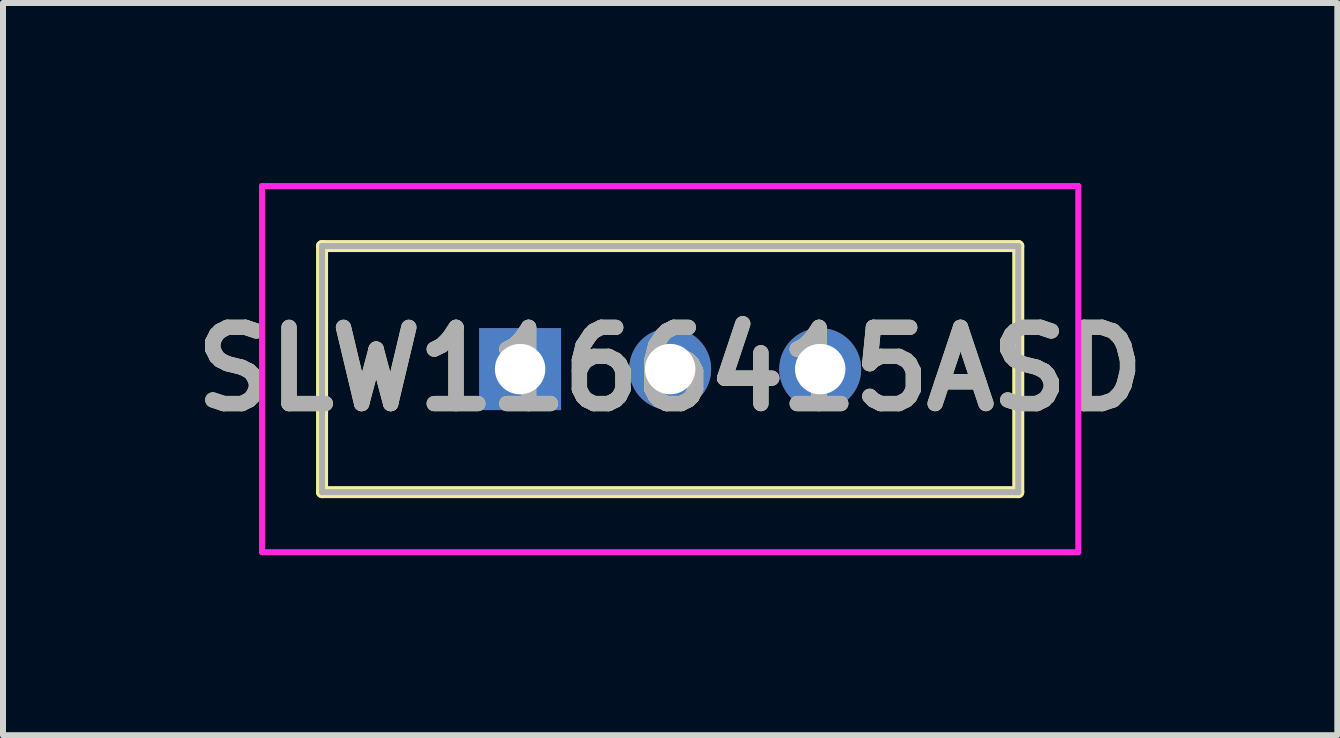
<source format=kicad_pcb>
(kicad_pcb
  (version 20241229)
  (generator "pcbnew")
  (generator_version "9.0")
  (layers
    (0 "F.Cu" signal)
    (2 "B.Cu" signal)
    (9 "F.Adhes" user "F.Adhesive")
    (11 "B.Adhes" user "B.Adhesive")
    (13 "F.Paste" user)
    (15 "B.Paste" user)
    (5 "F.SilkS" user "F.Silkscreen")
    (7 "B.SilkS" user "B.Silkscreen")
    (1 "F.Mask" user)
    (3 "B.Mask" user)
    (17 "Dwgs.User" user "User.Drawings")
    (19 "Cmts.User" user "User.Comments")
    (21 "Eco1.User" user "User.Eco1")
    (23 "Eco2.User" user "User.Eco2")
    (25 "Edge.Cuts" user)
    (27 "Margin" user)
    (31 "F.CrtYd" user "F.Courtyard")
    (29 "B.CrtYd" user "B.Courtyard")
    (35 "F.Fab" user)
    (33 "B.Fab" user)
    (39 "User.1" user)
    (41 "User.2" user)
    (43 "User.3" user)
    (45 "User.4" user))
  (footprint "SLW1166415ASD"
    (layer "F.Cu")
    (at 5.616 3.1)
    (property "Reference" "SLW1166415ASD" (at 2.5 0 0) (layer "F.SilkS") (effects (font (size 1.27 1.27) (thickness 0.254))))
    (attr through_hole)
    (fp_line (start -3.9 0) (end -3.9 0) (stroke (width 0.1) (type solid)) (layer "F.SilkS"))
    (fp_line (start -3.8 0) (end -3.8 0) (stroke (width 0.1) (type solid)) (layer "F.SilkS"))
    (fp_line (start -3.3 -2.05) (end 8.3 -2.05) (stroke (width 0.2) (type solid)) (layer "F.SilkS"))
    (fp_line (start -3.3 2.05) (end -3.3 -2.05) (stroke (width 0.2) (type solid)) (layer "F.SilkS"))
    (fp_line (start 8.3 -2.05) (end 8.3 2.05) (stroke (width 0.2) (type solid)) (layer "F.SilkS"))
    (fp_line (start 8.3 2.05) (end -3.3 2.05) (stroke (width 0.2) (type solid)) (layer "F.SilkS"))
    (fp_arc (start -3.9 0) (mid -3.85 -0.05) (end -3.8 0) (stroke (width 0.1) (type solid)) (layer "F.SilkS"))
    (fp_arc (start -3.8 0) (mid -3.85 0.05) (end -3.9 0) (stroke (width 0.1) (type solid)) (layer "F.SilkS"))
    (fp_line (start -4.3 -3.05) (end 9.3 -3.05) (stroke (width 0.1) (type solid)) (layer "F.CrtYd"))
    (fp_line (start -4.3 3.05) (end -4.3 -3.05) (stroke (width 0.1) (type solid)) (layer "F.CrtYd"))
    (fp_line (start 9.3 -3.05) (end 9.3 3.05) (stroke (width 0.1) (type solid)) (layer "F.CrtYd"))
    (fp_line (start 9.3 3.05) (end -4.3 3.05) (stroke (width 0.1) (type solid)) (layer "F.CrtYd"))
    (fp_line (start -3.3 -2.05) (end 8.3 -2.05) (stroke (width 0.1) (type solid)) (layer "F.Fab"))
    (fp_line (start -3.3 2.05) (end -3.3 -2.05) (stroke (width 0.1) (type solid)) (layer "F.Fab"))
    (fp_line (start 8.3 -2.05) (end 8.3 2.05) (stroke (width 0.1) (type solid)) (layer "F.Fab"))
    (fp_line (start 8.3 2.05) (end -3.3 2.05) (stroke (width 0.1) (type solid)) (layer "F.Fab"))
    (fp_text user "${REFERENCE}" (at 2.5 0 0) (layer "F.Fab") (effects (font (size 1.27 1.27) (thickness 0.254))))
    (pad "1" thru_hole rect (at 0 0) (size 1.365 1.365) (drill 0.84) (layers "*.Cu" "*.Mask"))
    (pad "2" thru_hole circle (at 2.5 0) (size 1.365 1.365) (drill 0.84) (layers "*.Cu" "*.Mask"))
    (pad "3" thru_hole circle (at 5 0) (size 1.365 1.365) (drill 0.84) (layers "*.Cu" "*.Mask")))
  (gr_rect
    (start -3 -3)
    (end 19.232 9.2)
    (stroke (width 0.1) (type default))
    (fill no)
    (layer "Edge.Cuts")))
</source>
